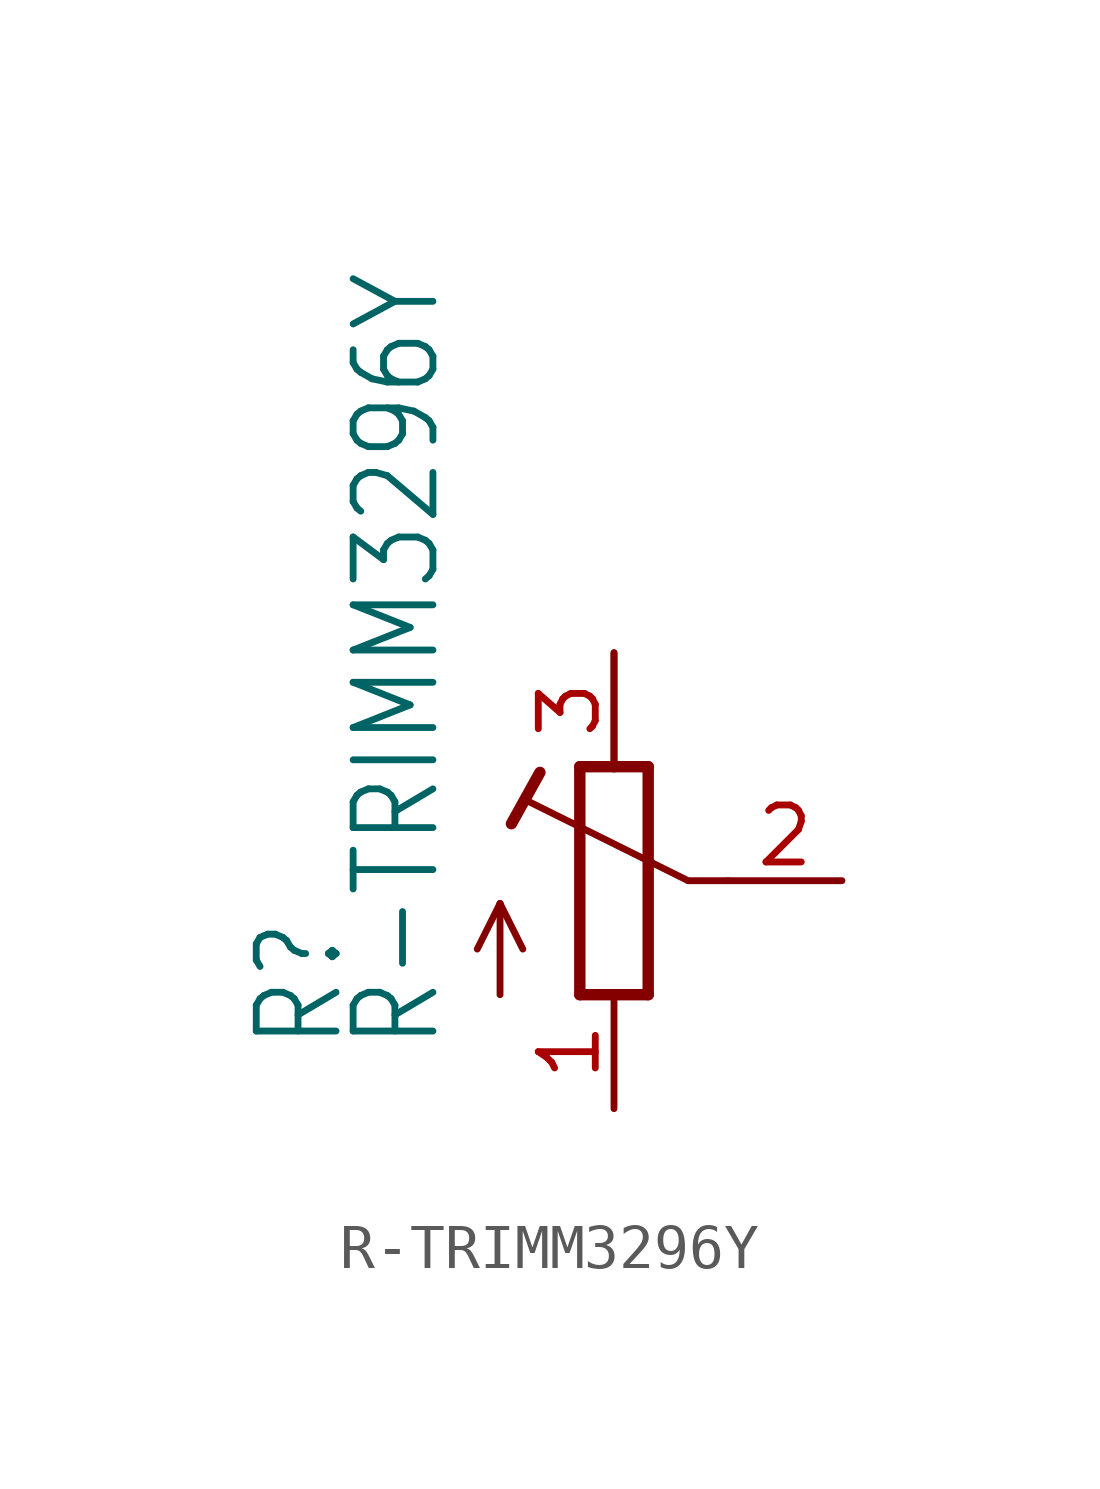
<source format=kicad_sym>
(kicad_symbol_lib
  (version 20220331)
  (generator kicad_symbol_editor)
  (symbol "R-TRIMM3296Y"
    (property "Reference" "R"
      (at -5.969 -3.81 90)
      (effects (font (size 1.778 1.511)) (justify left bottom)))
    (property "Value" "R-TRIMM3296Y"
      (at -3.81 -3.81 90)
      (effects (font (size 1.778 1.511)) (justify left bottom)))
    (property "ki_locked" ""
      (at 0 0 0)
      (effects (font (size 1.27 1.27))))
    (symbol "R-TRIMM3296Y_1_0"
      (polyline (pts (xy -2.54 -2.54) (xy -2.54 -0.508)) (stroke (width 0.152) (type solid)) (fill (type none)))
      (polyline (pts (xy -2.54 -0.508) (xy -3.048 -1.524)) (stroke (width 0.152) (type solid)) (fill (type none)))
      (polyline (pts (xy -2.54 -0.508) (xy -2.032 -1.524)) (stroke (width 0.152) (type solid)) (fill (type none)))
      (polyline (pts (xy -2.286 1.27) (xy -1.651 2.413)) (stroke (width 0.254) (type solid)) (fill (type none)))
      (polyline (pts (xy -0.762 -2.54) (xy 0.762 -2.54)) (stroke (width 0.254) (type solid)) (fill (type none)))
      (polyline (pts (xy -0.762 2.54) (xy -0.762 -2.54)) (stroke (width 0.254) (type solid)) (fill (type none)))
      (polyline (pts (xy 0 2.54) (xy -0.762 2.54)) (stroke (width 0.254) (type solid)) (fill (type none)))
      (polyline (pts (xy 0 2.54) (xy 0 5.08)) (stroke (width 0.152) (type solid)) (fill (type none)))
      (polyline (pts (xy 0.762 -2.54) (xy 0.762 2.54)) (stroke (width 0.254) (type solid)) (fill (type none)))
      (polyline (pts (xy 0.762 2.54) (xy 0 2.54)) (stroke (width 0.254) (type solid)) (fill (type none)))
      (polyline (pts (xy 1.651 0) (xy -1.88 1.753)) (stroke (width 0.152) (type solid)) (fill (type none)))
      (polyline (pts (xy 2.54 0) (xy 1.651 0)) (stroke (width 0.152) (type solid)) (fill (type none)))
      (pin passive line (at 0 -5.08 90) (length 2.54) (name "E" (effects (font (size 0 0)))) (number "1" (effects (font (size 1.27 1.27)))))
      (pin passive line (at 5.08 0 180) (length 2.54) (name "S" (effects (font (size 0 0)))) (number "2" (effects (font (size 1.27 1.27)))))
      (pin passive line (at 0 5.08 270) (length 2.54) (name "A" (effects (font (size 0 0)))) (number "3" (effects (font (size 1.27 1.27))))))))
</source>
